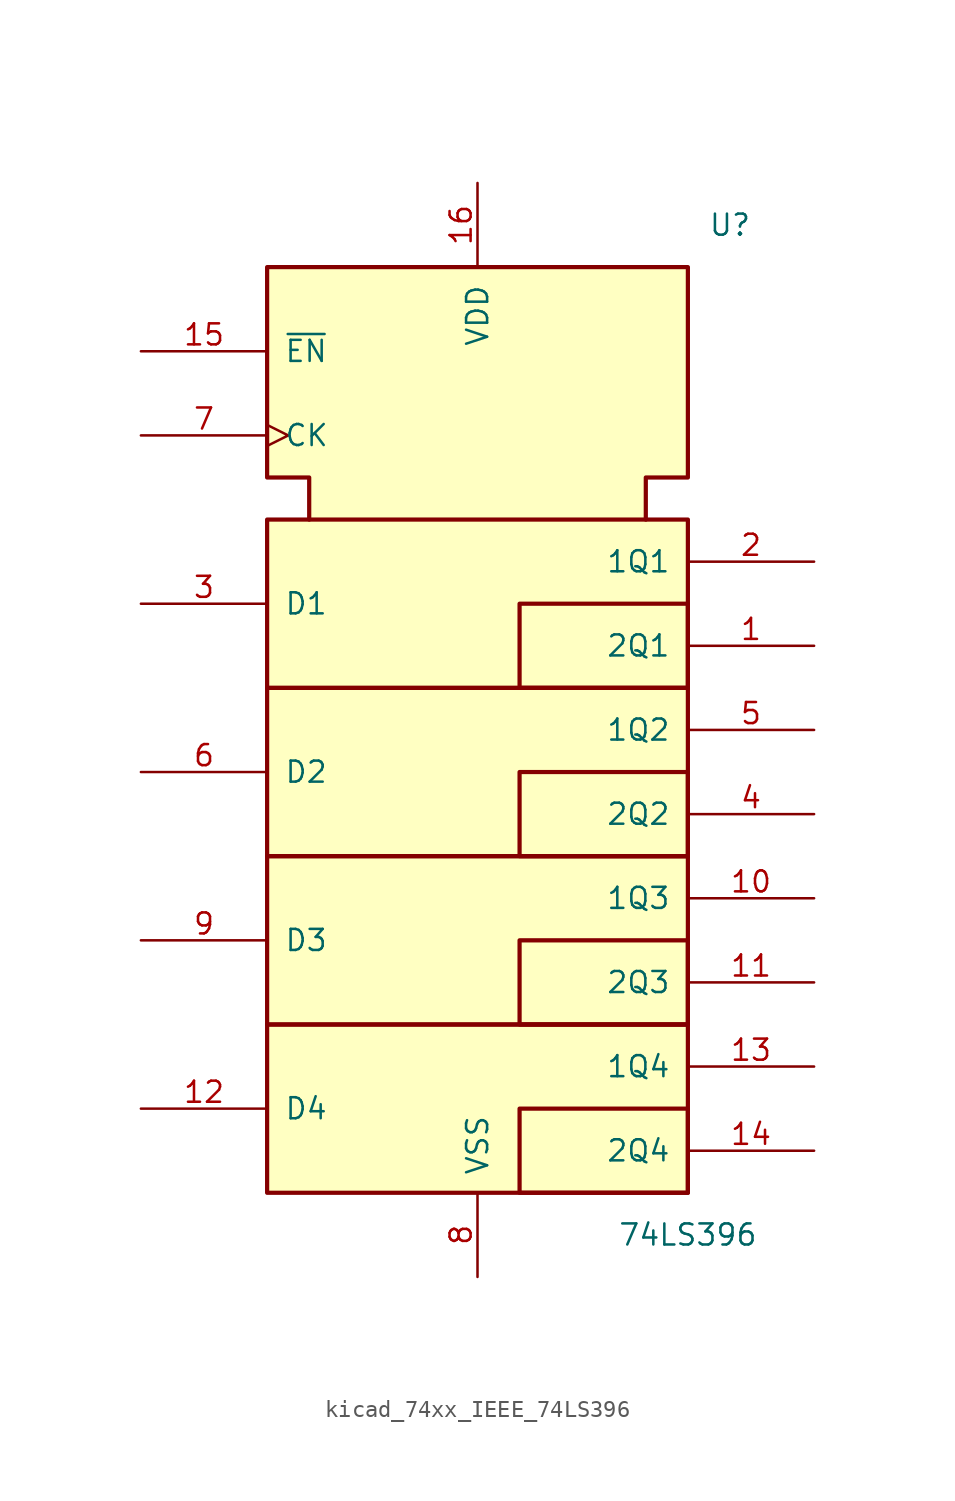
<source format=kicad_sym>
(kicad_symbol_lib
  (version 20220914)
  (generator kicad_symbol_editor)
  (symbol "kicad_74xx_IEEE_74LS396"
    (pin_names
      (offset 1.016))
    (property "Reference" "U"
      (at 15.24 20.32 0)
      (effects (font (size 1.27 1.27))))
    (property "Value" "74LS396"
      (at 12.7 -40.64 0)
      (effects (font (size 1.27 1.27))))
    (symbol "kicad_74xx_IEEE_74LS396_0_0"
      (rectangle (start -12.7 -27.94) (end 12.7 -38.1) (stroke (width 0.254) (type default)) (fill (type background)))
      (rectangle (start -12.7 -17.78) (end 12.7 -27.94) (stroke (width 0.254) (type default)) (fill (type background)))
      (rectangle (start -12.7 -7.62) (end 12.7 -17.78) (stroke (width 0.254) (type default)) (fill (type background)))
      (rectangle (start -12.7 2.54) (end 12.7 -7.62) (stroke (width 0.254) (type default)) (fill (type background)))
      (rectangle (start 12.7 -33.02) (end 2.54 -38.1) (stroke (width 0.254) (type default)) (fill (type background)))
      (rectangle (start 12.7 -22.86) (end 2.54 -27.94) (stroke (width 0.254) (type default)) (fill (type background)))
      (rectangle (start 12.7 -12.7) (end 2.54 -17.78) (stroke (width 0.254) (type default)) (fill (type background)))
      (rectangle (start 12.7 -2.54) (end 2.54 -7.62) (stroke (width 0.254) (type default)) (fill (type background))))
    (symbol "kicad_74xx_IEEE_74LS396_0_1"
      (polyline (pts (xy -10.16 2.54) (xy -10.16 5.08) (xy -12.7 5.08) (xy -12.7 17.78) (xy 12.7 17.78) (xy 12.7 5.08) (xy 10.16 5.08) (xy 10.16 2.54) (xy 10.16 2.54)) (stroke (width 0.254) (type default)) (fill (type background))))
    (symbol "kicad_74xx_IEEE_74LS396_1_1"
      (pin output line (at 20.32 -5.08 180) (length 7.62) (name "2Q1" (effects (font (size 1.27 1.27)))) (number "1" (effects (font (size 1.27 1.27)))))
      (pin output line (at 20.32 -20.32 180) (length 7.62) (name "1Q3" (effects (font (size 1.27 1.27)))) (number "10" (effects (font (size 1.27 1.27)))))
      (pin output line (at 20.32 -25.4 180) (length 7.62) (name "2Q3" (effects (font (size 1.27 1.27)))) (number "11" (effects (font (size 1.27 1.27)))))
      (pin input line (at -20.32 -33.02 0) (length 7.62) (name "D4" (effects (font (size 1.27 1.27)))) (number "12" (effects (font (size 1.27 1.27)))))
      (pin output line (at 20.32 -30.48 180) (length 7.62) (name "1Q4" (effects (font (size 1.27 1.27)))) (number "13" (effects (font (size 1.27 1.27)))))
      (pin output line (at 20.32 -35.56 180) (length 7.62) (name "2Q4" (effects (font (size 1.27 1.27)))) (number "14" (effects (font (size 1.27 1.27)))))
      (pin input line (at -20.32 12.7 0) (length 7.62) (name "~{EN}" (effects (font (size 1.27 1.27)))) (number "15" (effects (font (size 1.27 1.27)))))
      (pin power_in line (at 0 22.86 270) (length 5.08) (name "VDD" (effects (font (size 1.27 1.27)))) (number "16" (effects (font (size 1.27 1.27)))))
      (pin output line (at 20.32 0 180) (length 7.62) (name "1Q1" (effects (font (size 1.27 1.27)))) (number "2" (effects (font (size 1.27 1.27)))))
      (pin input line (at -20.32 -2.54 0) (length 7.62) (name "D1" (effects (font (size 1.27 1.27)))) (number "3" (effects (font (size 1.27 1.27)))))
      (pin output line (at 20.32 -15.24 180) (length 7.62) (name "2Q2" (effects (font (size 1.27 1.27)))) (number "4" (effects (font (size 1.27 1.27)))))
      (pin output line (at 20.32 -10.16 180) (length 7.62) (name "1Q2" (effects (font (size 1.27 1.27)))) (number "5" (effects (font (size 1.27 1.27)))))
      (pin input line (at -20.32 -12.7 0) (length 7.62) (name "D2" (effects (font (size 1.27 1.27)))) (number "6" (effects (font (size 1.27 1.27)))))
      (pin input clock (at -20.32 7.62 0) (length 7.62) (name "CK" (effects (font (size 1.27 1.27)))) (number "7" (effects (font (size 1.27 1.27)))))
      (pin power_in line (at 0 -43.18 90) (length 5.08) (name "VSS" (effects (font (size 1.27 1.27)))) (number "8" (effects (font (size 1.27 1.27)))))
      (pin input line (at -20.32 -22.86 0) (length 7.62) (name "D3" (effects (font (size 1.27 1.27)))) (number "9" (effects (font (size 1.27 1.27))))))))
</source>
